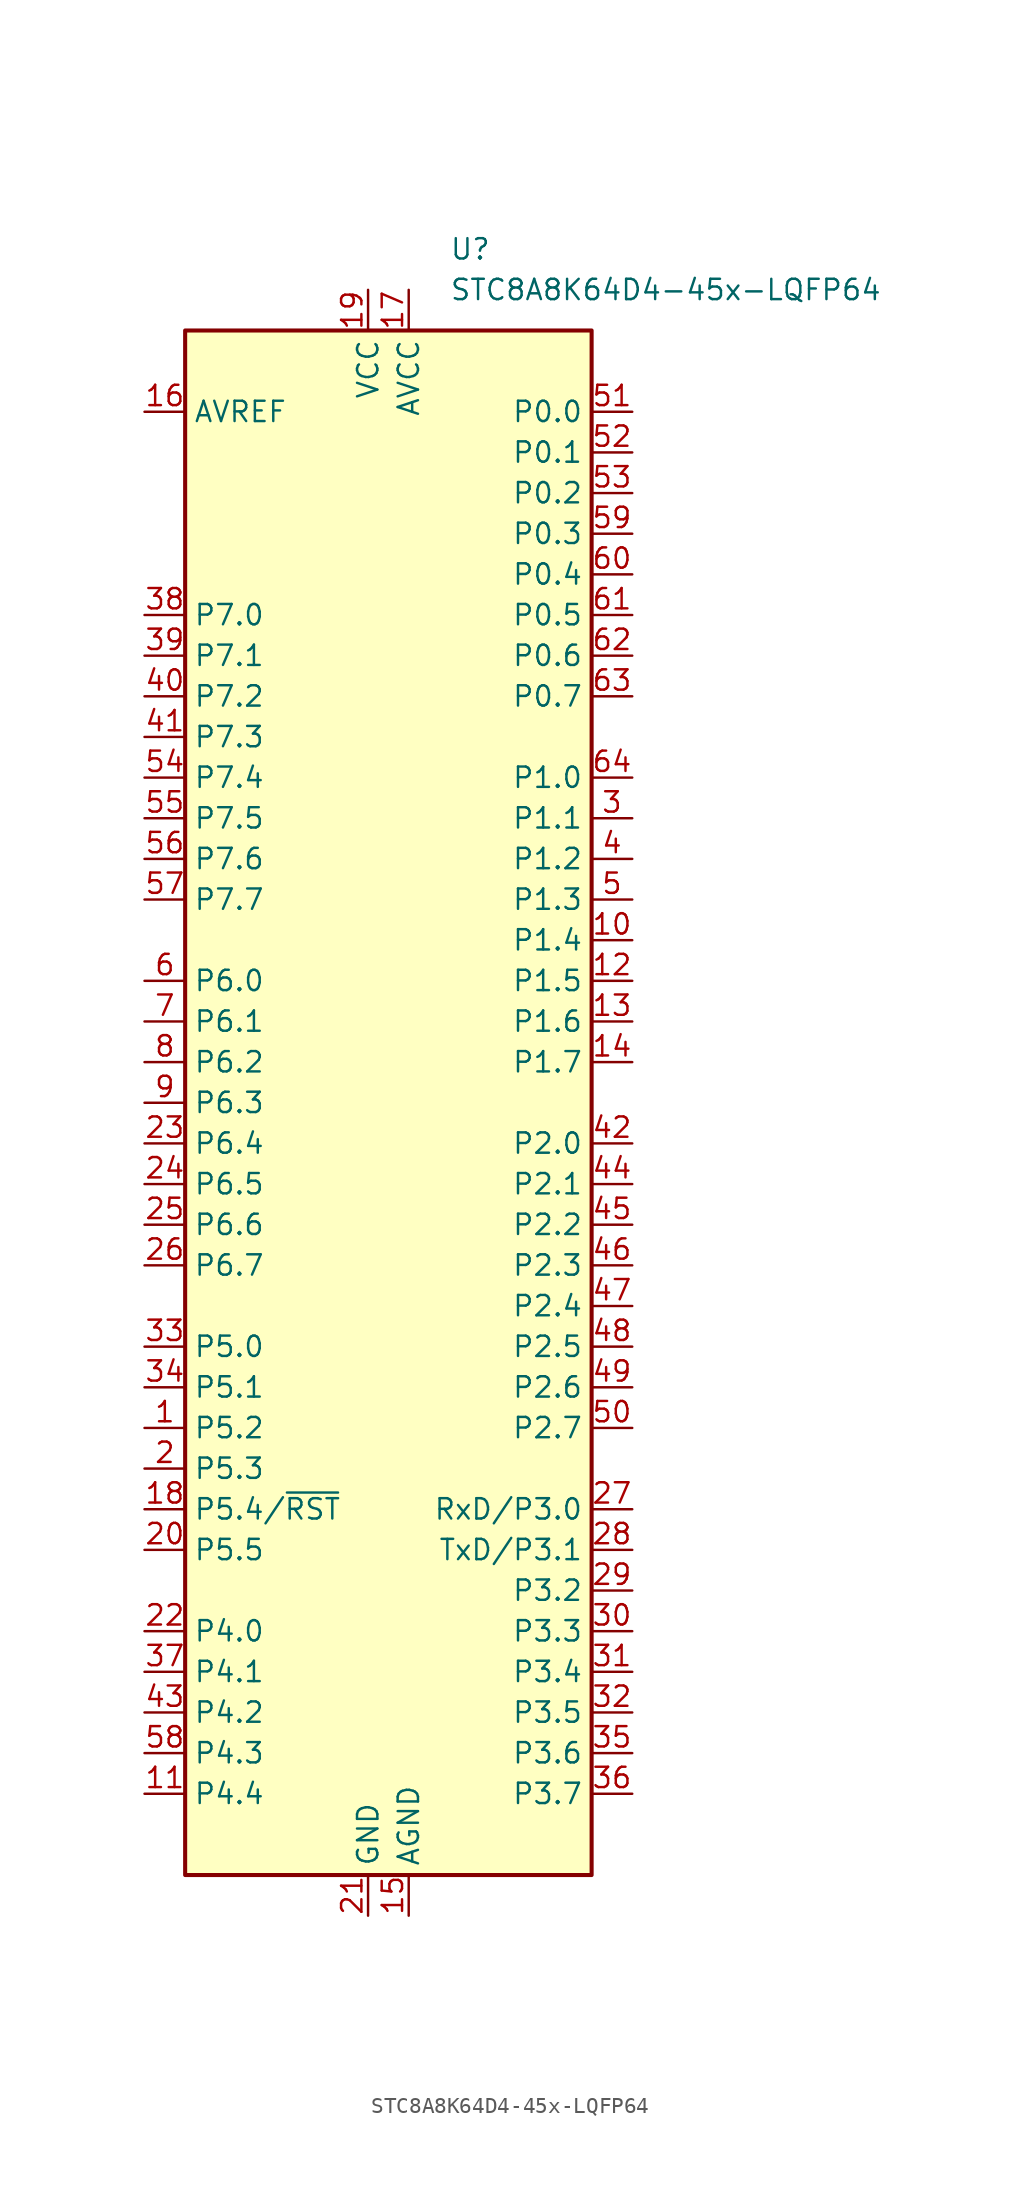
<source format=kicad_sym>
(kicad_symbol_lib
  (version 20211014)
  (generator kicad_symbol_editor)
  (symbol "STC8A8K64D4-45x-LQFP64"
    (property "Reference" "U"
      (at 3.81 53.34 0)
      (effects (font (size 1.27 1.27)) (justify left)))
    (property "Value" "STC8A8K64D4-45x-LQFP64"
      (at 3.81 50.8 0)
      (effects (font (size 1.27 1.27)) (justify left)))
    (symbol "STC8A8K64D4-45x-LQFP64_0_1"
      (rectangle (start -12.7 48.26) (end 12.7 -48.26) (stroke (width 0.254) (type default) (color 0 0 0 0)) (fill (type background))))
    (symbol "STC8A8K64D4-45x-LQFP64_1_1"
      (pin bidirectional line (at -15.24 -20.32 0) (length 2.54) (name "P5.2" (effects (font (size 1.27 1.27)))) (number "1" (effects (font (size 1.27 1.27)))))
      (pin bidirectional line (at 15.24 10.16 180) (length 2.54) (name "P1.4" (effects (font (size 1.27 1.27)))) (number "10" (effects (font (size 1.27 1.27)))))
      (pin bidirectional line (at -15.24 -43.18 0) (length 2.54) (name "P4.4" (effects (font (size 1.27 1.27)))) (number "11" (effects (font (size 1.27 1.27)))))
      (pin bidirectional line (at 15.24 7.62 180) (length 2.54) (name "P1.5" (effects (font (size 1.27 1.27)))) (number "12" (effects (font (size 1.27 1.27)))))
      (pin bidirectional line (at 15.24 5.08 180) (length 2.54) (name "P1.6" (effects (font (size 1.27 1.27)))) (number "13" (effects (font (size 1.27 1.27)))))
      (pin bidirectional line (at 15.24 2.54 180) (length 2.54) (name "P1.7" (effects (font (size 1.27 1.27)))) (number "14" (effects (font (size 1.27 1.27)))))
      (pin power_in line (at 1.27 -50.8 90) (length 2.54) (name "AGND" (effects (font (size 1.27 1.27)))) (number "15" (effects (font (size 1.27 1.27)))))
      (pin power_in line (at -15.24 43.18 0) (length 2.54) (name "AVREF" (effects (font (size 1.27 1.27)))) (number "16" (effects (font (size 1.27 1.27)))))
      (pin power_in line (at 1.27 50.8 270) (length 2.54) (name "AVCC" (effects (font (size 1.27 1.27)))) (number "17" (effects (font (size 1.27 1.27)))))
      (pin bidirectional line (at -15.24 -25.4 0) (length 2.54) (name "P5.4/~{RST}" (effects (font (size 1.27 1.27)))) (number "18" (effects (font (size 1.27 1.27)))))
      (pin power_in line (at -1.27 50.8 270) (length 2.54) (name "VCC" (effects (font (size 1.27 1.27)))) (number "19" (effects (font (size 1.27 1.27)))))
      (pin bidirectional line (at -15.24 -22.86 0) (length 2.54) (name "P5.3" (effects (font (size 1.27 1.27)))) (number "2" (effects (font (size 1.27 1.27)))))
      (pin bidirectional line (at -15.24 -27.94 0) (length 2.54) (name "P5.5" (effects (font (size 1.27 1.27)))) (number "20" (effects (font (size 1.27 1.27)))))
      (pin power_in line (at -1.27 -50.8 90) (length 2.54) (name "GND" (effects (font (size 1.27 1.27)))) (number "21" (effects (font (size 1.27 1.27)))))
      (pin bidirectional line (at -15.24 -33.02 0) (length 2.54) (name "P4.0" (effects (font (size 1.27 1.27)))) (number "22" (effects (font (size 1.27 1.27)))))
      (pin bidirectional line (at -15.24 -2.54 0) (length 2.54) (name "P6.4" (effects (font (size 1.27 1.27)))) (number "23" (effects (font (size 1.27 1.27)))))
      (pin bidirectional line (at -15.24 -5.08 0) (length 2.54) (name "P6.5" (effects (font (size 1.27 1.27)))) (number "24" (effects (font (size 1.27 1.27)))))
      (pin bidirectional line (at -15.24 -7.62 0) (length 2.54) (name "P6.6" (effects (font (size 1.27 1.27)))) (number "25" (effects (font (size 1.27 1.27)))))
      (pin bidirectional line (at -15.24 -10.16 0) (length 2.54) (name "P6.7" (effects (font (size 1.27 1.27)))) (number "26" (effects (font (size 1.27 1.27)))))
      (pin bidirectional line (at 15.24 -25.4 180) (length 2.54) (name "RxD/P3.0" (effects (font (size 1.27 1.27)))) (number "27" (effects (font (size 1.27 1.27)))))
      (pin bidirectional line (at 15.24 -27.94 180) (length 2.54) (name "TxD/P3.1" (effects (font (size 1.27 1.27)))) (number "28" (effects (font (size 1.27 1.27)))))
      (pin bidirectional line (at 15.24 -30.48 180) (length 2.54) (name "P3.2" (effects (font (size 1.27 1.27)))) (number "29" (effects (font (size 1.27 1.27)))))
      (pin bidirectional line (at 15.24 17.78 180) (length 2.54) (name "P1.1" (effects (font (size 1.27 1.27)))) (number "3" (effects (font (size 1.27 1.27)))))
      (pin bidirectional line (at 15.24 -33.02 180) (length 2.54) (name "P3.3" (effects (font (size 1.27 1.27)))) (number "30" (effects (font (size 1.27 1.27)))))
      (pin bidirectional line (at 15.24 -35.56 180) (length 2.54) (name "P3.4" (effects (font (size 1.27 1.27)))) (number "31" (effects (font (size 1.27 1.27)))))
      (pin bidirectional line (at 15.24 -38.1 180) (length 2.54) (name "P3.5" (effects (font (size 1.27 1.27)))) (number "32" (effects (font (size 1.27 1.27)))))
      (pin bidirectional line (at -15.24 -15.24 0) (length 2.54) (name "P5.0" (effects (font (size 1.27 1.27)))) (number "33" (effects (font (size 1.27 1.27)))))
      (pin bidirectional line (at -15.24 -17.78 0) (length 2.54) (name "P5.1" (effects (font (size 1.27 1.27)))) (number "34" (effects (font (size 1.27 1.27)))))
      (pin bidirectional line (at 15.24 -40.64 180) (length 2.54) (name "P3.6" (effects (font (size 1.27 1.27)))) (number "35" (effects (font (size 1.27 1.27)))))
      (pin bidirectional line (at 15.24 -43.18 180) (length 2.54) (name "P3.7" (effects (font (size 1.27 1.27)))) (number "36" (effects (font (size 1.27 1.27)))))
      (pin bidirectional line (at -15.24 -35.56 0) (length 2.54) (name "P4.1" (effects (font (size 1.27 1.27)))) (number "37" (effects (font (size 1.27 1.27)))))
      (pin bidirectional line (at -15.24 30.48 0) (length 2.54) (name "P7.0" (effects (font (size 1.27 1.27)))) (number "38" (effects (font (size 1.27 1.27)))))
      (pin bidirectional line (at -15.24 27.94 0) (length 2.54) (name "P7.1" (effects (font (size 1.27 1.27)))) (number "39" (effects (font (size 1.27 1.27)))))
      (pin bidirectional line (at 15.24 15.24 180) (length 2.54) (name "P1.2" (effects (font (size 1.27 1.27)))) (number "4" (effects (font (size 1.27 1.27)))))
      (pin bidirectional line (at -15.24 25.4 0) (length 2.54) (name "P7.2" (effects (font (size 1.27 1.27)))) (number "40" (effects (font (size 1.27 1.27)))))
      (pin bidirectional line (at -15.24 22.86 0) (length 2.54) (name "P7.3" (effects (font (size 1.27 1.27)))) (number "41" (effects (font (size 1.27 1.27)))))
      (pin bidirectional line (at 15.24 -2.54 180) (length 2.54) (name "P2.0" (effects (font (size 1.27 1.27)))) (number "42" (effects (font (size 1.27 1.27)))))
      (pin bidirectional line (at -15.24 -38.1 0) (length 2.54) (name "P4.2" (effects (font (size 1.27 1.27)))) (number "43" (effects (font (size 1.27 1.27)))))
      (pin bidirectional line (at 15.24 -5.08 180) (length 2.54) (name "P2.1" (effects (font (size 1.27 1.27)))) (number "44" (effects (font (size 1.27 1.27)))))
      (pin bidirectional line (at 15.24 -7.62 180) (length 2.54) (name "P2.2" (effects (font (size 1.27 1.27)))) (number "45" (effects (font (size 1.27 1.27)))))
      (pin bidirectional line (at 15.24 -10.16 180) (length 2.54) (name "P2.3" (effects (font (size 1.27 1.27)))) (number "46" (effects (font (size 1.27 1.27)))))
      (pin bidirectional line (at 15.24 -12.7 180) (length 2.54) (name "P2.4" (effects (font (size 1.27 1.27)))) (number "47" (effects (font (size 1.27 1.27)))))
      (pin bidirectional line (at 15.24 -15.24 180) (length 2.54) (name "P2.5" (effects (font (size 1.27 1.27)))) (number "48" (effects (font (size 1.27 1.27)))))
      (pin bidirectional line (at 15.24 -17.78 180) (length 2.54) (name "P2.6" (effects (font (size 1.27 1.27)))) (number "49" (effects (font (size 1.27 1.27)))))
      (pin bidirectional line (at 15.24 12.7 180) (length 2.54) (name "P1.3" (effects (font (size 1.27 1.27)))) (number "5" (effects (font (size 1.27 1.27)))))
      (pin bidirectional line (at 15.24 -20.32 180) (length 2.54) (name "P2.7" (effects (font (size 1.27 1.27)))) (number "50" (effects (font (size 1.27 1.27)))))
      (pin bidirectional line (at 15.24 43.18 180) (length 2.54) (name "P0.0" (effects (font (size 1.27 1.27)))) (number "51" (effects (font (size 1.27 1.27)))))
      (pin bidirectional line (at 15.24 40.64 180) (length 2.54) (name "P0.1" (effects (font (size 1.27 1.27)))) (number "52" (effects (font (size 1.27 1.27)))))
      (pin bidirectional line (at 15.24 38.1 180) (length 2.54) (name "P0.2" (effects (font (size 1.27 1.27)))) (number "53" (effects (font (size 1.27 1.27)))))
      (pin bidirectional line (at -15.24 20.32 0) (length 2.54) (name "P7.4" (effects (font (size 1.27 1.27)))) (number "54" (effects (font (size 1.27 1.27)))))
      (pin bidirectional line (at -15.24 17.78 0) (length 2.54) (name "P7.5" (effects (font (size 1.27 1.27)))) (number "55" (effects (font (size 1.27 1.27)))))
      (pin bidirectional line (at -15.24 15.24 0) (length 2.54) (name "P7.6" (effects (font (size 1.27 1.27)))) (number "56" (effects (font (size 1.27 1.27)))))
      (pin bidirectional line (at -15.24 12.7 0) (length 2.54) (name "P7.7" (effects (font (size 1.27 1.27)))) (number "57" (effects (font (size 1.27 1.27)))))
      (pin bidirectional line (at -15.24 -40.64 0) (length 2.54) (name "P4.3" (effects (font (size 1.27 1.27)))) (number "58" (effects (font (size 1.27 1.27)))))
      (pin bidirectional line (at 15.24 35.56 180) (length 2.54) (name "P0.3" (effects (font (size 1.27 1.27)))) (number "59" (effects (font (size 1.27 1.27)))))
      (pin bidirectional line (at -15.24 7.62 0) (length 2.54) (name "P6.0" (effects (font (size 1.27 1.27)))) (number "6" (effects (font (size 1.27 1.27)))))
      (pin bidirectional line (at 15.24 33.02 180) (length 2.54) (name "P0.4" (effects (font (size 1.27 1.27)))) (number "60" (effects (font (size 1.27 1.27)))))
      (pin bidirectional line (at 15.24 30.48 180) (length 2.54) (name "P0.5" (effects (font (size 1.27 1.27)))) (number "61" (effects (font (size 1.27 1.27)))))
      (pin bidirectional line (at 15.24 27.94 180) (length 2.54) (name "P0.6" (effects (font (size 1.27 1.27)))) (number "62" (effects (font (size 1.27 1.27)))))
      (pin bidirectional line (at 15.24 25.4 180) (length 2.54) (name "P0.7" (effects (font (size 1.27 1.27)))) (number "63" (effects (font (size 1.27 1.27)))))
      (pin bidirectional line (at 15.24 20.32 180) (length 2.54) (name "P1.0" (effects (font (size 1.27 1.27)))) (number "64" (effects (font (size 1.27 1.27)))))
      (pin bidirectional line (at -15.24 5.08 0) (length 2.54) (name "P6.1" (effects (font (size 1.27 1.27)))) (number "7" (effects (font (size 1.27 1.27)))))
      (pin bidirectional line (at -15.24 2.54 0) (length 2.54) (name "P6.2" (effects (font (size 1.27 1.27)))) (number "8" (effects (font (size 1.27 1.27)))))
      (pin bidirectional line (at -15.24 0 0) (length 2.54) (name "P6.3" (effects (font (size 1.27 1.27)))) (number "9" (effects (font (size 1.27 1.27))))))))
</source>
